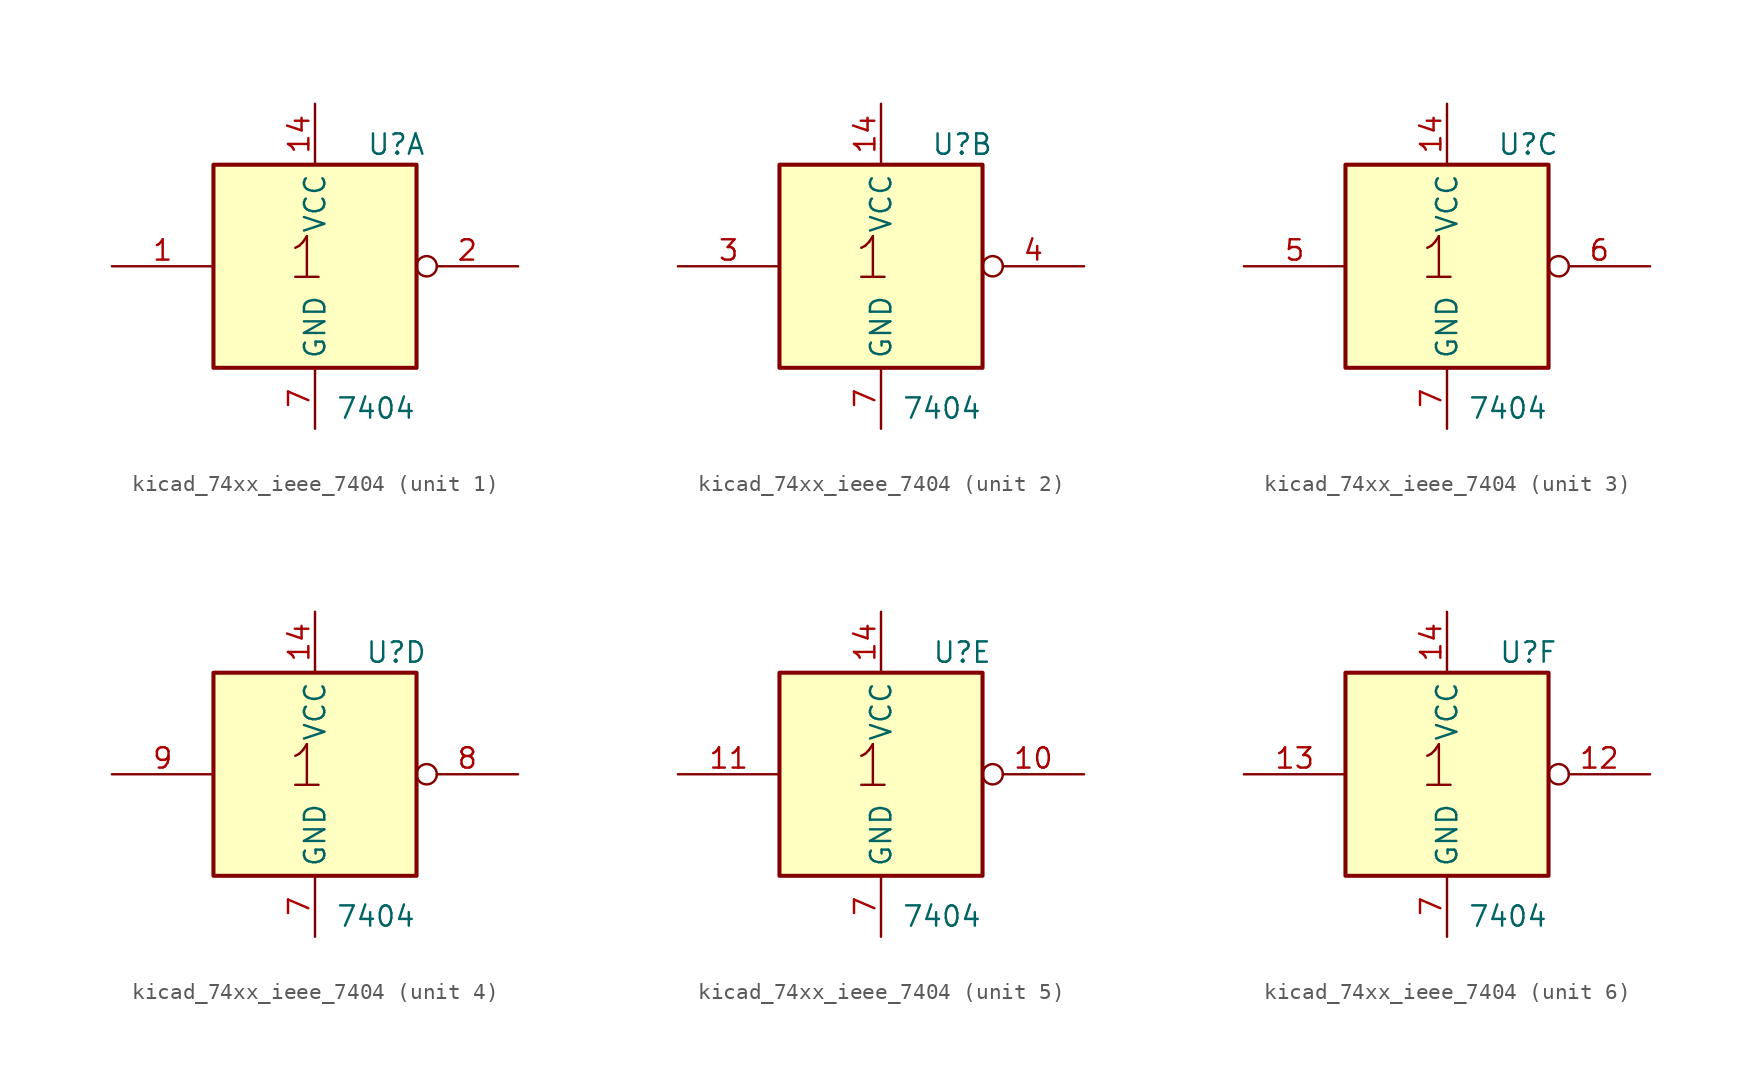
<source format=kicad_sym>
(kicad_symbol_lib
  (version 20220914)
  (generator kicad_symbol_editor)
  (symbol "kicad_74xx_ieee_7404"
    (property "Reference" "U"
      (at 5.08 7.62 0)
      (effects (font (size 1.27 1.27))))
    (property "Value" "7404"
      (at 3.81 -8.89 0)
      (effects (font (size 1.27 1.27))))
    (symbol "kicad_74xx_ieee_7404_0_0"
      (text "1" (at -0.508 0.508 0) (effects (font (size 2.54 2.54)))))
    (symbol "kicad_74xx_ieee_7404_0_1"
      (rectangle (start -6.35 6.35) (end 6.35 -6.35) (stroke (width 0.254) (type default)) (fill (type background)))
      (pin power_in line (at 0 10.16 270) (length 3.81) (name "VCC" (effects (font (size 1.27 1.27)))) (number "14" (effects (font (size 1.27 1.27)))))
      (pin power_in line (at 0 -10.16 90) (length 3.81) (name "GND" (effects (font (size 1.27 1.27)))) (number "7" (effects (font (size 1.27 1.27))))))
    (symbol "kicad_74xx_ieee_7404_1_1"
      (pin input line (at -12.7 0 0) (length 6.35) (name "~" (effects (font (size 1.27 1.27)))) (number "1" (effects (font (size 1.27 1.27)))))
      (pin input inverted (at 12.7 0 180) (length 6.35) (name "~" (effects (font (size 1.27 1.27)))) (number "2" (effects (font (size 1.27 1.27))))))
    (symbol "kicad_74xx_ieee_7404_2_1"
      (pin input line (at -12.7 0 0) (length 6.35) (name "~" (effects (font (size 1.27 1.27)))) (number "3" (effects (font (size 1.27 1.27)))))
      (pin input inverted (at 12.7 0 180) (length 6.35) (name "~" (effects (font (size 1.27 1.27)))) (number "4" (effects (font (size 1.27 1.27))))))
    (symbol "kicad_74xx_ieee_7404_3_1"
      (pin input line (at -12.7 0 0) (length 6.35) (name "~" (effects (font (size 1.27 1.27)))) (number "5" (effects (font (size 1.27 1.27)))))
      (pin input inverted (at 12.7 0 180) (length 6.35) (name "~" (effects (font (size 1.27 1.27)))) (number "6" (effects (font (size 1.27 1.27))))))
    (symbol "kicad_74xx_ieee_7404_4_1"
      (pin input inverted (at 12.7 0 180) (length 6.35) (name "~" (effects (font (size 1.27 1.27)))) (number "8" (effects (font (size 1.27 1.27)))))
      (pin input line (at -12.7 0 0) (length 6.35) (name "~" (effects (font (size 1.27 1.27)))) (number "9" (effects (font (size 1.27 1.27))))))
    (symbol "kicad_74xx_ieee_7404_5_1"
      (pin input inverted (at 12.7 0 180) (length 6.35) (name "~" (effects (font (size 1.27 1.27)))) (number "10" (effects (font (size 1.27 1.27)))))
      (pin input line (at -12.7 0 0) (length 6.35) (name "~" (effects (font (size 1.27 1.27)))) (number "11" (effects (font (size 1.27 1.27))))))
    (symbol "kicad_74xx_ieee_7404_6_1"
      (pin input inverted (at 12.7 0 180) (length 6.35) (name "~" (effects (font (size 1.27 1.27)))) (number "12" (effects (font (size 1.27 1.27)))))
      (pin input line (at -12.7 0 0) (length 6.35) (name "~" (effects (font (size 1.27 1.27)))) (number "13" (effects (font (size 1.27 1.27))))))))
</source>
